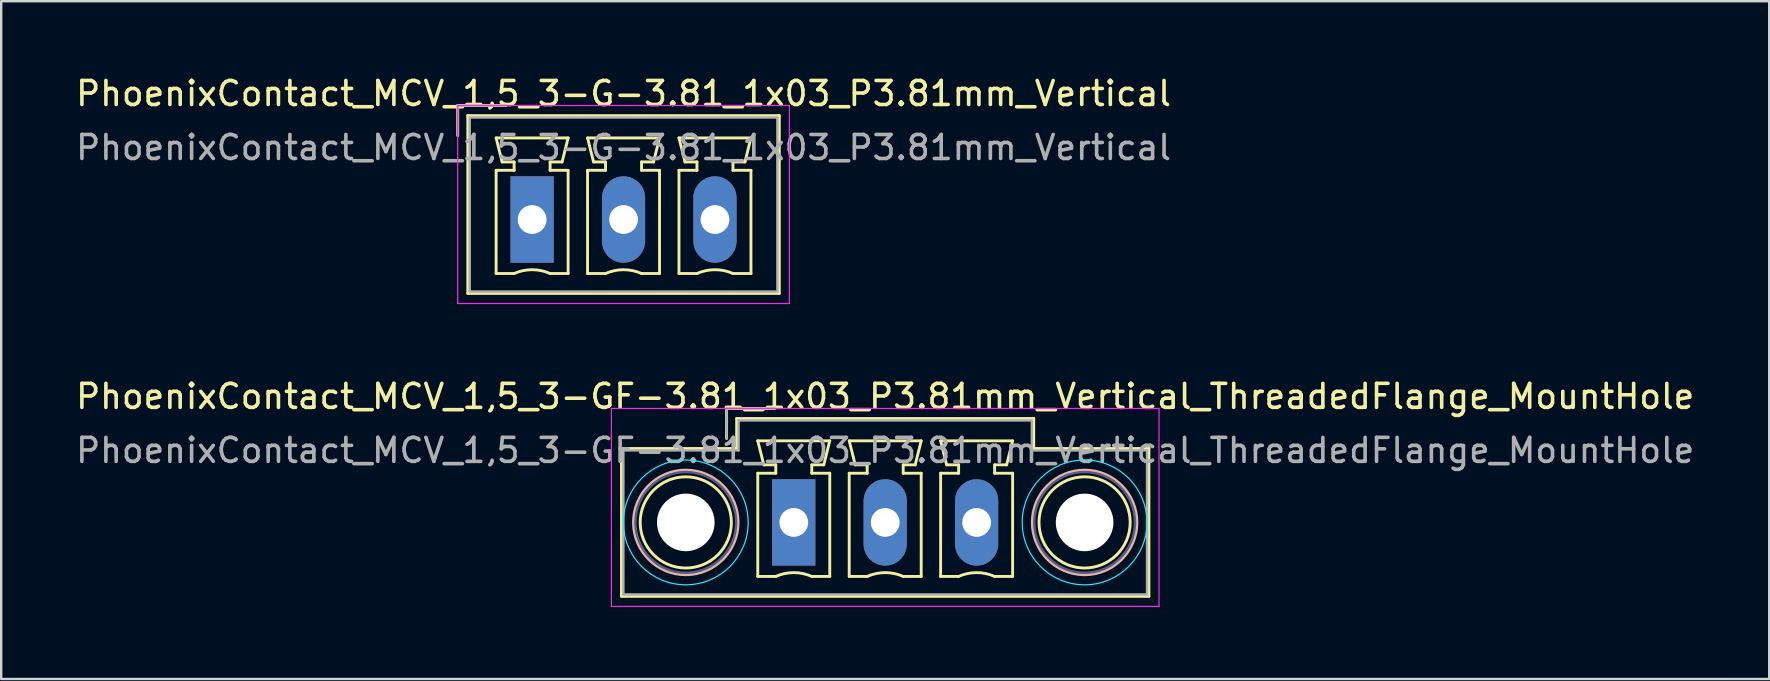
<source format=kicad_pcb>
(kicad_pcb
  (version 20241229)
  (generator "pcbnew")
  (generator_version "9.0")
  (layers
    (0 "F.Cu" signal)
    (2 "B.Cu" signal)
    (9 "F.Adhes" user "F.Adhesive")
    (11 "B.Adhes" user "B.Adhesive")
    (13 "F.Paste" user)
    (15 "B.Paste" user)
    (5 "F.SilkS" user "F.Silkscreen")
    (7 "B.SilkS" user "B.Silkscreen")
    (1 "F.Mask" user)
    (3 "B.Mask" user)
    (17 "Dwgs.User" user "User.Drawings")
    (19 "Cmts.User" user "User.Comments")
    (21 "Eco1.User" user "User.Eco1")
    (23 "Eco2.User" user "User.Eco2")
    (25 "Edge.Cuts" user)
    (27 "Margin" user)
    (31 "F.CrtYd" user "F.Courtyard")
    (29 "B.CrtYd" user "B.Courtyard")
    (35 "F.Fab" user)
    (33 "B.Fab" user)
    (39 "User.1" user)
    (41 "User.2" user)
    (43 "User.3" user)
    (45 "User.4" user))
  (footprint "PhoenixContact_MCV_1,5_3-GF-3.81_1x03_P3.81mm_Vertical_ThreadedFlange_MountHole"
    (layer "F.Cu")
    (at 30.029 18.721)
    (property "Reference" "PhoenixContact_MCV_1,5_3-GF-3.81_1x03_P3.81mm_Vertical_ThreadedFlange_MountHole" (at 3.81 -5.25 0) (layer "F.SilkS") (effects (font (size 1 1) (thickness 0.15))))
    (attr through_hole)
    (fp_line (start -7.18 -3.08) (end -7.18 3.08) (stroke (width 0.12) (type solid)) (layer "F.SilkS"))
    (fp_line (start -7.18 3.08) (end 14.8 3.08) (stroke (width 0.12) (type solid)) (layer "F.SilkS"))
    (fp_line (start -2.8 -4.75) (end -0.8 -4.75) (stroke (width 0.12) (type solid)) (layer "F.SilkS"))
    (fp_line (start -2.8 -3.5) (end -2.8 -4.75) (stroke (width 0.12) (type solid)) (layer "F.SilkS"))
    (fp_line (start -2.38 -4.33) (end -2.38 -3.08) (stroke (width 0.12) (type solid)) (layer "F.SilkS"))
    (fp_line (start -2.38 -3.08) (end -7.18 -3.08) (stroke (width 0.12) (type solid)) (layer "F.SilkS"))
    (fp_line (start -1.5 -3.4) (end 1.5 -3.4) (stroke (width 0.12) (type solid)) (layer "F.SilkS"))
    (fp_line (start -1.5 -2.05) (end -0.75 -2.05) (stroke (width 0.12) (type solid)) (layer "F.SilkS"))
    (fp_line (start -1.5 2.25) (end -1.5 -2.05) (stroke (width 0.12) (type solid)) (layer "F.SilkS"))
    (fp_line (start -1.25 -2.4) (end -1.5 -3.4) (stroke (width 0.12) (type solid)) (layer "F.SilkS"))
    (fp_line (start -0.75 -2.4) (end -1.25 -2.4) (stroke (width 0.12) (type solid)) (layer "F.SilkS"))
    (fp_line (start -0.75 -2.05) (end -0.75 -2.4) (stroke (width 0.12) (type solid)) (layer "F.SilkS"))
    (fp_line (start -0.75 2.25) (end -1.5 2.25) (stroke (width 0.12) (type solid)) (layer "F.SilkS"))
    (fp_line (start 0.75 -2.4) (end 0.75 -2.05) (stroke (width 0.12) (type solid)) (layer "F.SilkS"))
    (fp_line (start 0.75 -2.05) (end 1.5 -2.05) (stroke (width 0.12) (type solid)) (layer "F.SilkS"))
    (fp_line (start 1.25 -2.4) (end 0.75 -2.4) (stroke (width 0.12) (type solid)) (layer "F.SilkS"))
    (fp_line (start 1.5 -3.4) (end 1.25 -2.4) (stroke (width 0.12) (type solid)) (layer "F.SilkS"))
    (fp_line (start 1.5 -2.05) (end 1.5 2.25) (stroke (width 0.12) (type solid)) (layer "F.SilkS"))
    (fp_line (start 1.5 2.25) (end 0.75 2.25) (stroke (width 0.12) (type solid)) (layer "F.SilkS"))
    (fp_line (start 2.31 -3.4) (end 5.31 -3.4) (stroke (width 0.12) (type solid)) (layer "F.SilkS"))
    (fp_line (start 2.31 -2.05) (end 3.06 -2.05) (stroke (width 0.12) (type solid)) (layer "F.SilkS"))
    (fp_line (start 2.31 2.25) (end 2.31 -2.05) (stroke (width 0.12) (type solid)) (layer "F.SilkS"))
    (fp_line (start 2.56 -2.4) (end 2.31 -3.4) (stroke (width 0.12) (type solid)) (layer "F.SilkS"))
    (fp_line (start 3.06 -2.4) (end 2.56 -2.4) (stroke (width 0.12) (type solid)) (layer "F.SilkS"))
    (fp_line (start 3.06 -2.05) (end 3.06 -2.4) (stroke (width 0.12) (type solid)) (layer "F.SilkS"))
    (fp_line (start 3.06 2.25) (end 2.31 2.25) (stroke (width 0.12) (type solid)) (layer "F.SilkS"))
    (fp_line (start 4.56 -2.4) (end 4.56 -2.05) (stroke (width 0.12) (type solid)) (layer "F.SilkS"))
    (fp_line (start 4.56 -2.05) (end 5.31 -2.05) (stroke (width 0.12) (type solid)) (layer "F.SilkS"))
    (fp_line (start 5.06 -2.4) (end 4.56 -2.4) (stroke (width 0.12) (type solid)) (layer "F.SilkS"))
    (fp_line (start 5.31 -3.4) (end 5.06 -2.4) (stroke (width 0.12) (type solid)) (layer "F.SilkS"))
    (fp_line (start 5.31 -2.05) (end 5.31 2.25) (stroke (width 0.12) (type solid)) (layer "F.SilkS"))
    (fp_line (start 5.31 2.25) (end 4.56 2.25) (stroke (width 0.12) (type solid)) (layer "F.SilkS"))
    (fp_line (start 6.12 -3.4) (end 9.12 -3.4) (stroke (width 0.12) (type solid)) (layer "F.SilkS"))
    (fp_line (start 6.12 -2.05) (end 6.87 -2.05) (stroke (width 0.12) (type solid)) (layer "F.SilkS"))
    (fp_line (start 6.12 2.25) (end 6.12 -2.05) (stroke (width 0.12) (type solid)) (layer "F.SilkS"))
    (fp_line (start 6.37 -2.4) (end 6.12 -3.4) (stroke (width 0.12) (type solid)) (layer "F.SilkS"))
    (fp_line (start 6.87 -2.4) (end 6.37 -2.4) (stroke (width 0.12) (type solid)) (layer "F.SilkS"))
    (fp_line (start 6.87 -2.05) (end 6.87 -2.4) (stroke (width 0.12) (type solid)) (layer "F.SilkS"))
    (fp_line (start 6.87 2.25) (end 6.12 2.25) (stroke (width 0.12) (type solid)) (layer "F.SilkS"))
    (fp_line (start 8.37 -2.4) (end 8.37 -2.05) (stroke (width 0.12) (type solid)) (layer "F.SilkS"))
    (fp_line (start 8.37 -2.05) (end 9.12 -2.05) (stroke (width 0.12) (type solid)) (layer "F.SilkS"))
    (fp_line (start 8.87 -2.4) (end 8.37 -2.4) (stroke (width 0.12) (type solid)) (layer "F.SilkS"))
    (fp_line (start 9.12 -3.4) (end 8.87 -2.4) (stroke (width 0.12) (type solid)) (layer "F.SilkS"))
    (fp_line (start 9.12 -2.05) (end 9.12 2.25) (stroke (width 0.12) (type solid)) (layer "F.SilkS"))
    (fp_line (start 9.12 2.25) (end 8.37 2.25) (stroke (width 0.12) (type solid)) (layer "F.SilkS"))
    (fp_line (start 10 -4.33) (end -2.38 -4.33) (stroke (width 0.12) (type solid)) (layer "F.SilkS"))
    (fp_line (start 10 -3.08) (end 10 -4.33) (stroke (width 0.12) (type solid)) (layer "F.SilkS"))
    (fp_line (start 14.8 -3.08) (end 10 -3.08) (stroke (width 0.12) (type solid)) (layer "F.SilkS"))
    (fp_line (start 14.8 3.08) (end 14.8 -3.08) (stroke (width 0.12) (type solid)) (layer "F.SilkS"))
    (fp_arc (start -0.75 2.25) (mid -0.000193 2.09191) (end 0.749647 2.249844) (stroke (width 0.12) (type solid)) (layer "F.SilkS"))
    (fp_arc (start 3.06 2.25) (mid 3.809807 2.09191) (end 4.559647 2.249844) (stroke (width 0.12) (type solid)) (layer "F.SilkS"))
    (fp_arc (start 6.87 2.25) (mid 7.619807 2.09191) (end 8.369647 2.249844) (stroke (width 0.12) (type solid)) (layer "F.SilkS"))
    (fp_circle (center -4.5 0) (end -2.6 0) (stroke (width 0.12) (type solid)) (fill no) (layer "F.SilkS"))
    (fp_circle (center 12.12 0) (end 14.02 0) (stroke (width 0.12) (type solid)) (fill no) (layer "F.SilkS"))
    (fp_circle (center -4.5 0) (end -2.32 0) (stroke (width 0.12) (type solid)) (fill no) (layer "B.SilkS"))
    (fp_circle (center 12.12 0) (end 14.3 0) (stroke (width 0.12) (type solid)) (fill no) (layer "B.SilkS"))
    (fp_circle (center -4.5 0) (end -1.9 0) (stroke (width 0.05) (type solid)) (fill no) (layer "B.CrtYd"))
    (fp_circle (center 12.12 0) (end 14.72 0) (stroke (width 0.05) (type solid)) (fill no) (layer "B.CrtYd"))
    (fp_line (start -7.6 -4.75) (end -7.6 3.5) (stroke (width 0.05) (type solid)) (layer "F.CrtYd"))
    (fp_line (start -7.6 3.5) (end 15.22 3.5) (stroke (width 0.05) (type solid)) (layer "F.CrtYd"))
    (fp_line (start 15.22 -4.75) (end -7.6 -4.75) (stroke (width 0.05) (type solid)) (layer "F.CrtYd"))
    (fp_line (start 15.22 3.5) (end 15.22 -4.75) (stroke (width 0.05) (type solid)) (layer "F.CrtYd"))
    (fp_circle (center -4.5 0) (end -2.4 0) (stroke (width 0.1) (type solid)) (fill no) (layer "B.Fab"))
    (fp_circle (center 12.12 0) (end 14.22 0) (stroke (width 0.1) (type solid)) (fill no) (layer "B.Fab"))
    (fp_line (start -7.1 -3) (end -7.1 3) (stroke (width 0.1) (type solid)) (layer "F.Fab"))
    (fp_line (start -7.1 3) (end 14.72 3) (stroke (width 0.1) (type solid)) (layer "F.Fab"))
    (fp_line (start -2.8 -4.75) (end -0.8 -4.75) (stroke (width 0.1) (type solid)) (layer "F.Fab"))
    (fp_line (start -2.8 -3.5) (end -2.8 -4.75) (stroke (width 0.1) (type solid)) (layer "F.Fab"))
    (fp_line (start -2.3 -4.25) (end -2.3 -3) (stroke (width 0.1) (type solid)) (layer "F.Fab"))
    (fp_line (start -2.3 -3) (end -7.1 -3) (stroke (width 0.1) (type solid)) (layer "F.Fab"))
    (fp_line (start 9.92 -4.25) (end -2.3 -4.25) (stroke (width 0.1) (type solid)) (layer "F.Fab"))
    (fp_line (start 9.92 -3) (end 9.92 -4.25) (stroke (width 0.1) (type solid)) (layer "F.Fab"))
    (fp_line (start 14.72 -3) (end 9.92 -3) (stroke (width 0.1) (type solid)) (layer "F.Fab"))
    (fp_line (start 14.72 3) (end 14.72 -3) (stroke (width 0.1) (type solid)) (layer "F.Fab"))
    (fp_text user "${REFERENCE}" (at 3.81 -3 0) (layer "F.Fab") (effects (font (size 1 1) (thickness 0.15))))
    (pad "" np_thru_hole circle (at -4.5 0) (size 2.4 2.4) (drill 2.4) (layers "*.Cu" "*.Mask"))
    (pad "" np_thru_hole circle (at 12.12 0) (size 2.4 2.4) (drill 2.4) (layers "*.Cu" "*.Mask"))
    (pad "1" thru_hole rect (at 0 0) (size 1.8 3.6) (drill 1.2) (layers "*.Cu" "*.Mask"))
    (pad "2" thru_hole oval (at 3.81 0) (size 1.8 3.6) (drill 1.2) (layers "*.Cu" "*.Mask"))
    (pad "3" thru_hole oval (at 7.62 0) (size 1.8 3.6) (drill 1.2) (layers "*.Cu" "*.Mask")))
  (footprint "PhoenixContact_MCV_1,5_3-G-3.81_1x03_P3.81mm_Vertical"
    (layer "F.Cu")
    (at 19.125 6.098)
    (property "Reference" "PhoenixContact_MCV_1,5_3-G-3.81_1x03_P3.81mm_Vertical" (at 3.81 -5.25 0) (layer "F.SilkS") (effects (font (size 1 1) (thickness 0.15))))
    (attr through_hole)
    (fp_line (start -3.1 -4.75) (end -1.1 -4.75) (stroke (width 0.12) (type solid)) (layer "F.SilkS"))
    (fp_line (start -3.1 -3.5) (end -3.1 -4.75) (stroke (width 0.12) (type solid)) (layer "F.SilkS"))
    (fp_line (start -2.68 -4.33) (end -2.68 3.08) (stroke (width 0.12) (type solid)) (layer "F.SilkS"))
    (fp_line (start -2.68 3.08) (end 10.3 3.08) (stroke (width 0.12) (type solid)) (layer "F.SilkS"))
    (fp_line (start -1.5 -3.4) (end 1.5 -3.4) (stroke (width 0.12) (type solid)) (layer "F.SilkS"))
    (fp_line (start -1.5 -2.05) (end -0.75 -2.05) (stroke (width 0.12) (type solid)) (layer "F.SilkS"))
    (fp_line (start -1.5 2.25) (end -1.5 -2.05) (stroke (width 0.12) (type solid)) (layer "F.SilkS"))
    (fp_line (start -1.25 -2.4) (end -1.5 -3.4) (stroke (width 0.12) (type solid)) (layer "F.SilkS"))
    (fp_line (start -0.75 -2.4) (end -1.25 -2.4) (stroke (width 0.12) (type solid)) (layer "F.SilkS"))
    (fp_line (start -0.75 -2.05) (end -0.75 -2.4) (stroke (width 0.12) (type solid)) (layer "F.SilkS"))
    (fp_line (start -0.75 2.25) (end -1.5 2.25) (stroke (width 0.12) (type solid)) (layer "F.SilkS"))
    (fp_line (start 0.75 -2.4) (end 0.75 -2.05) (stroke (width 0.12) (type solid)) (layer "F.SilkS"))
    (fp_line (start 0.75 -2.05) (end 1.5 -2.05) (stroke (width 0.12) (type solid)) (layer "F.SilkS"))
    (fp_line (start 1.25 -2.4) (end 0.75 -2.4) (stroke (width 0.12) (type solid)) (layer "F.SilkS"))
    (fp_line (start 1.5 -3.4) (end 1.25 -2.4) (stroke (width 0.12) (type solid)) (layer "F.SilkS"))
    (fp_line (start 1.5 -2.05) (end 1.5 2.25) (stroke (width 0.12) (type solid)) (layer "F.SilkS"))
    (fp_line (start 1.5 2.25) (end 0.75 2.25) (stroke (width 0.12) (type solid)) (layer "F.SilkS"))
    (fp_line (start 2.31 -3.4) (end 5.31 -3.4) (stroke (width 0.12) (type solid)) (layer "F.SilkS"))
    (fp_line (start 2.31 -2.05) (end 3.06 -2.05) (stroke (width 0.12) (type solid)) (layer "F.SilkS"))
    (fp_line (start 2.31 2.25) (end 2.31 -2.05) (stroke (width 0.12) (type solid)) (layer "F.SilkS"))
    (fp_line (start 2.56 -2.4) (end 2.31 -3.4) (stroke (width 0.12) (type solid)) (layer "F.SilkS"))
    (fp_line (start 3.06 -2.4) (end 2.56 -2.4) (stroke (width 0.12) (type solid)) (layer "F.SilkS"))
    (fp_line (start 3.06 -2.05) (end 3.06 -2.4) (stroke (width 0.12) (type solid)) (layer "F.SilkS"))
    (fp_line (start 3.06 2.25) (end 2.31 2.25) (stroke (width 0.12) (type solid)) (layer "F.SilkS"))
    (fp_line (start 4.56 -2.4) (end 4.56 -2.05) (stroke (width 0.12) (type solid)) (layer "F.SilkS"))
    (fp_line (start 4.56 -2.05) (end 5.31 -2.05) (stroke (width 0.12) (type solid)) (layer "F.SilkS"))
    (fp_line (start 5.06 -2.4) (end 4.56 -2.4) (stroke (width 0.12) (type solid)) (layer "F.SilkS"))
    (fp_line (start 5.31 -3.4) (end 5.06 -2.4) (stroke (width 0.12) (type solid)) (layer "F.SilkS"))
    (fp_line (start 5.31 -2.05) (end 5.31 2.25) (stroke (width 0.12) (type solid)) (layer "F.SilkS"))
    (fp_line (start 5.31 2.25) (end 4.56 2.25) (stroke (width 0.12) (type solid)) (layer "F.SilkS"))
    (fp_line (start 6.12 -3.4) (end 9.12 -3.4) (stroke (width 0.12) (type solid)) (layer "F.SilkS"))
    (fp_line (start 6.12 -2.05) (end 6.87 -2.05) (stroke (width 0.12) (type solid)) (layer "F.SilkS"))
    (fp_line (start 6.12 2.25) (end 6.12 -2.05) (stroke (width 0.12) (type solid)) (layer "F.SilkS"))
    (fp_line (start 6.37 -2.4) (end 6.12 -3.4) (stroke (width 0.12) (type solid)) (layer "F.SilkS"))
    (fp_line (start 6.87 -2.4) (end 6.37 -2.4) (stroke (width 0.12) (type solid)) (layer "F.SilkS"))
    (fp_line (start 6.87 -2.05) (end 6.87 -2.4) (stroke (width 0.12) (type solid)) (layer "F.SilkS"))
    (fp_line (start 6.87 2.25) (end 6.12 2.25) (stroke (width 0.12) (type solid)) (layer "F.SilkS"))
    (fp_line (start 8.37 -2.4) (end 8.37 -2.05) (stroke (width 0.12) (type solid)) (layer "F.SilkS"))
    (fp_line (start 8.37 -2.05) (end 9.12 -2.05) (stroke (width 0.12) (type solid)) (layer "F.SilkS"))
    (fp_line (start 8.87 -2.4) (end 8.37 -2.4) (stroke (width 0.12) (type solid)) (layer "F.SilkS"))
    (fp_line (start 9.12 -3.4) (end 8.87 -2.4) (stroke (width 0.12) (type solid)) (layer "F.SilkS"))
    (fp_line (start 9.12 -2.05) (end 9.12 2.25) (stroke (width 0.12) (type solid)) (layer "F.SilkS"))
    (fp_line (start 9.12 2.25) (end 8.37 2.25) (stroke (width 0.12) (type solid)) (layer "F.SilkS"))
    (fp_line (start 10.3 -4.33) (end -2.68 -4.33) (stroke (width 0.12) (type solid)) (layer "F.SilkS"))
    (fp_line (start 10.3 3.08) (end 10.3 -4.33) (stroke (width 0.12) (type solid)) (layer "F.SilkS"))
    (fp_arc (start -0.75 2.25) (mid -0.000193 2.09191) (end 0.749647 2.249844) (stroke (width 0.12) (type solid)) (layer "F.SilkS"))
    (fp_arc (start 3.06 2.25) (mid 3.809807 2.09191) (end 4.559647 2.249844) (stroke (width 0.12) (type solid)) (layer "F.SilkS"))
    (fp_arc (start 6.87 2.25) (mid 7.619807 2.09191) (end 8.369647 2.249844) (stroke (width 0.12) (type solid)) (layer "F.SilkS"))
    (fp_line (start -3.1 -4.75) (end -3.1 3.5) (stroke (width 0.05) (type solid)) (layer "F.CrtYd"))
    (fp_line (start -3.1 3.5) (end 10.72 3.5) (stroke (width 0.05) (type solid)) (layer "F.CrtYd"))
    (fp_line (start 10.72 -4.75) (end -3.1 -4.75) (stroke (width 0.05) (type solid)) (layer "F.CrtYd"))
    (fp_line (start 10.72 3.5) (end 10.72 -4.75) (stroke (width 0.05) (type solid)) (layer "F.CrtYd"))
    (fp_line (start -3.1 -4.75) (end -1.1 -4.75) (stroke (width 0.1) (type solid)) (layer "F.Fab"))
    (fp_line (start -3.1 -3.5) (end -3.1 -4.75) (stroke (width 0.1) (type solid)) (layer "F.Fab"))
    (fp_line (start -2.6 -4.25) (end -2.6 3) (stroke (width 0.1) (type solid)) (layer "F.Fab"))
    (fp_line (start -2.6 3) (end 10.22 3) (stroke (width 0.1) (type solid)) (layer "F.Fab"))
    (fp_line (start 10.22 -4.25) (end -2.6 -4.25) (stroke (width 0.1) (type solid)) (layer "F.Fab"))
    (fp_line (start 10.22 3) (end 10.22 -4.25) (stroke (width 0.1) (type solid)) (layer "F.Fab"))
    (fp_text user "${REFERENCE}" (at 3.81 -3 0) (layer "F.Fab") (effects (font (size 1 1) (thickness 0.15))))
    (pad "1" thru_hole rect (at 0 0) (size 1.8 3.6) (drill 1.2) (layers "*.Cu" "*.Mask"))
    (pad "2" thru_hole oval (at 3.81 0) (size 1.8 3.6) (drill 1.2) (layers "*.Cu" "*.Mask"))
    (pad "3" thru_hole oval (at 7.62 0) (size 1.8 3.6) (drill 1.2) (layers "*.Cu" "*.Mask")))
  (gr_rect
    (start -3 -3)
    (end 70.679 25.247)
    (stroke (width 0.1) (type default))
    (fill no)
    (layer "Edge.Cuts")))
</source>
